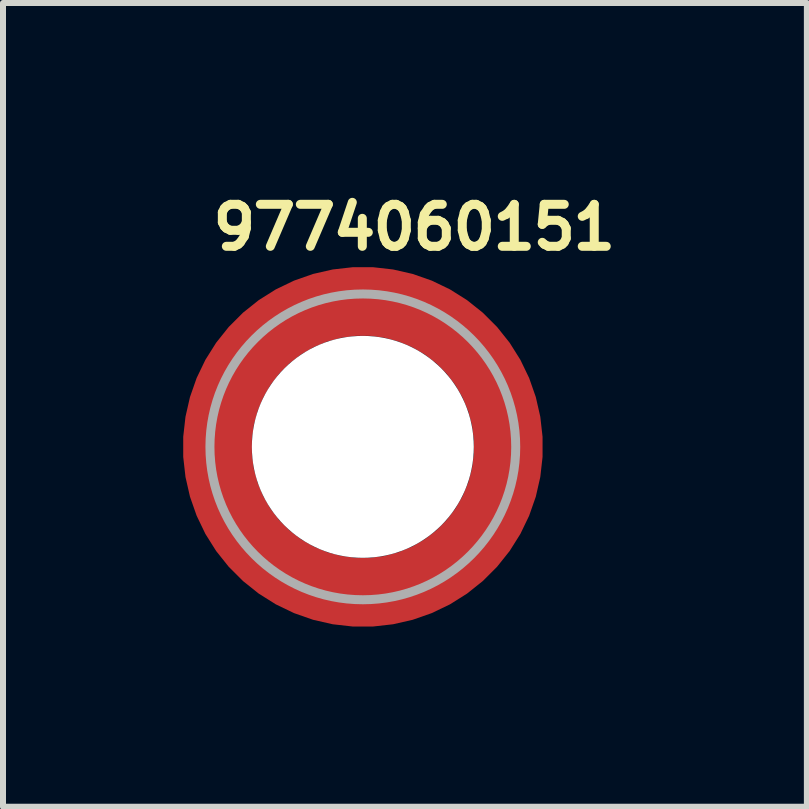
<source format=kicad_pcb>
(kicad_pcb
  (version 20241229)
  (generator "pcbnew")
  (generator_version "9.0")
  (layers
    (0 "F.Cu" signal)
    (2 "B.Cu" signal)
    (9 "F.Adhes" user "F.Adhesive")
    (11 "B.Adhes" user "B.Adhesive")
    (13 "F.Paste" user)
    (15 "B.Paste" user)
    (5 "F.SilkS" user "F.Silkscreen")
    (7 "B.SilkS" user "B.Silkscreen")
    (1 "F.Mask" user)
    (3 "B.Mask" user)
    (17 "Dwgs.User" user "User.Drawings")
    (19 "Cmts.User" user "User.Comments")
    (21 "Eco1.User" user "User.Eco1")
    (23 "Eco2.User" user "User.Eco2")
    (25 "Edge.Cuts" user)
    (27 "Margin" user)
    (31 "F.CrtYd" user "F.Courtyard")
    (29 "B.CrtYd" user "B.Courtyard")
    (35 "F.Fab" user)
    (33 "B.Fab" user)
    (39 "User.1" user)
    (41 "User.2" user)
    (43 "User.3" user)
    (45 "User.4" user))
  (footprint "9774060151"
    (layer "F.Cu")
    (at 3 4.4)
    (property "Reference" "9774060151" (at -2.575 -3.25 0) (layer "F.SilkS") (effects (font (size 0.7 0.7) (thickness 0.15)) (justify left bottom)))
    (attr smd)
    (fp_circle (center -0.001 0) (end 2.548 0) (stroke (width 0.15) (type solid)) (fill no) (layer "F.Fab"))
    (fp_line (start -2.551 0) (end -2.551 0) (stroke (width 0.02) (type solid)) (layer "User.9"))
    (fp_line (start -2.551 0) (end -2.548 0.131) (stroke (width 0.02) (type solid)) (layer "User.9"))
    (fp_line (start -2.548 -0.133) (end -2.551 0) (stroke (width 0.02) (type solid)) (layer "User.9"))
    (fp_line (start -2.548 0.131) (end -2.537 0.26) (stroke (width 0.02) (type solid)) (layer "User.9"))
    (fp_line (start -2.537 -0.262) (end -2.548 -0.133) (stroke (width 0.02) (type solid)) (layer "User.9"))
    (fp_line (start -2.537 0.26) (end -2.521 0.388) (stroke (width 0.02) (type solid)) (layer "User.9"))
    (fp_line (start -2.521 -0.39) (end -2.537 -0.262) (stroke (width 0.02) (type solid)) (layer "User.9"))
    (fp_line (start -2.521 0.388) (end -2.5 0.513) (stroke (width 0.02) (type solid)) (layer "User.9"))
    (fp_line (start -2.5 -0.515) (end -2.521 -0.39) (stroke (width 0.02) (type solid)) (layer "User.9"))
    (fp_line (start -2.5 0.513) (end -2.471 0.636) (stroke (width 0.02) (type solid)) (layer "User.9"))
    (fp_line (start -2.471 -0.638) (end -2.5 -0.515) (stroke (width 0.02) (type solid)) (layer "User.9"))
    (fp_line (start -2.471 0.636) (end -2.436 0.757) (stroke (width 0.02) (type solid)) (layer "User.9"))
    (fp_line (start -2.436 -0.759) (end -2.471 -0.638) (stroke (width 0.02) (type solid)) (layer "User.9"))
    (fp_line (start -2.436 0.757) (end -2.396 0.875) (stroke (width 0.02) (type solid)) (layer "User.9"))
    (fp_line (start -2.396 -0.877) (end -2.436 -0.759) (stroke (width 0.02) (type solid)) (layer "User.9"))
    (fp_line (start -2.396 0.875) (end -2.351 0.991) (stroke (width 0.02) (type solid)) (layer "User.9"))
    (fp_line (start -2.351 -0.993) (end -2.396 -0.877) (stroke (width 0.02) (type solid)) (layer "User.9"))
    (fp_line (start -2.351 0.991) (end -2.3 1.104) (stroke (width 0.02) (type solid)) (layer "User.9"))
    (fp_line (start -2.3 -1.107) (end -2.351 -0.993) (stroke (width 0.02) (type solid)) (layer "User.9"))
    (fp_line (start -2.3 1.104) (end -2.244 1.215) (stroke (width 0.02) (type solid)) (layer "User.9"))
    (fp_line (start -2.244 -1.216) (end -2.3 -1.107) (stroke (width 0.02) (type solid)) (layer "User.9"))
    (fp_line (start -2.244 1.215) (end -2.181 1.322) (stroke (width 0.02) (type solid)) (layer "User.9"))
    (fp_line (start -2.181 -1.323) (end -2.244 -1.216) (stroke (width 0.02) (type solid)) (layer "User.9"))
    (fp_line (start -2.181 1.322) (end -2.115 1.425) (stroke (width 0.02) (type solid)) (layer "User.9"))
    (fp_line (start -2.115 -1.426) (end -2.181 -1.323) (stroke (width 0.02) (type solid)) (layer "User.9"))
    (fp_line (start -2.115 1.425) (end -2.045 1.525) (stroke (width 0.02) (type solid)) (layer "User.9"))
    (fp_line (start -2.045 -1.526) (end -2.115 -1.426) (stroke (width 0.02) (type solid)) (layer "User.9"))
    (fp_line (start -2.045 1.525) (end -1.968 1.622) (stroke (width 0.02) (type solid)) (layer "User.9"))
    (fp_line (start -1.968 -1.623) (end -2.045 -1.526) (stroke (width 0.02) (type solid)) (layer "User.9"))
    (fp_line (start -1.968 1.622) (end -1.888 1.713) (stroke (width 0.02) (type solid)) (layer "User.9"))
    (fp_line (start -1.888 -1.716) (end -1.968 -1.623) (stroke (width 0.02) (type solid)) (layer "User.9"))
    (fp_line (start -1.888 1.713) (end -1.805 1.802) (stroke (width 0.02) (type solid)) (layer "User.9"))
    (fp_line (start -1.805 -1.805) (end -1.888 -1.716) (stroke (width 0.02) (type solid)) (layer "User.9"))
    (fp_line (start -1.805 1.802) (end -1.715 1.886) (stroke (width 0.02) (type solid)) (layer "User.9"))
    (fp_line (start -1.715 -1.889) (end -1.805 -1.805) (stroke (width 0.02) (type solid)) (layer "User.9"))
    (fp_line (start -1.715 1.886) (end -1.623 1.967) (stroke (width 0.02) (type solid)) (layer "User.9"))
    (fp_line (start -1.623 -1.968) (end -1.715 -1.889) (stroke (width 0.02) (type solid)) (layer "User.9"))
    (fp_line (start -1.623 1.967) (end -1.526 2.043) (stroke (width 0.02) (type solid)) (layer "User.9"))
    (fp_line (start -1.526 -2.044) (end -1.623 -1.968) (stroke (width 0.02) (type solid)) (layer "User.9"))
    (fp_line (start -1.526 2.043) (end -1.426 2.113) (stroke (width 0.02) (type solid)) (layer "User.9"))
    (fp_line (start -1.426 -2.116) (end -1.526 -2.044) (stroke (width 0.02) (type solid)) (layer "User.9"))
    (fp_line (start -1.426 2.113) (end -1.324 2.18) (stroke (width 0.02) (type solid)) (layer "User.9"))
    (fp_line (start -1.324 -2.182) (end -1.426 -2.116) (stroke (width 0.02) (type solid)) (layer "User.9"))
    (fp_line (start -1.324 2.18) (end -1.216 2.241) (stroke (width 0.02) (type solid)) (layer "User.9"))
    (fp_line (start -1.216 -2.243) (end -1.324 -2.182) (stroke (width 0.02) (type solid)) (layer "User.9"))
    (fp_line (start -1.216 2.241) (end -1.107 2.297) (stroke (width 0.02) (type solid)) (layer "User.9"))
    (fp_line (start -1.107 -2.299) (end -1.216 -2.243) (stroke (width 0.02) (type solid)) (layer "User.9"))
    (fp_line (start -1.107 2.297) (end -0.994 2.349) (stroke (width 0.02) (type solid)) (layer "User.9"))
    (fp_line (start -1.007 0) (end -1.007 0) (stroke (width 0.02) (type solid)) (layer "User.9"))
    (fp_line (start -1.007 0) (end -1.006 0.051) (stroke (width 0.02) (type solid)) (layer "User.9"))
    (fp_line (start -1.006 -0.053) (end -1.007 0) (stroke (width 0.02) (type solid)) (layer "User.9"))
    (fp_line (start -1.006 0.051) (end -1.002 0.102) (stroke (width 0.02) (type solid)) (layer "User.9"))
    (fp_line (start -1.002 -0.104) (end -1.006 -0.053) (stroke (width 0.02) (type solid)) (layer "User.9"))
    (fp_line (start -1.002 0.102) (end -0.995 0.152) (stroke (width 0.02) (type solid)) (layer "User.9"))
    (fp_line (start -0.995 -0.154) (end -1.002 -0.104) (stroke (width 0.02) (type solid)) (layer "User.9"))
    (fp_line (start -0.995 0.152) (end -0.987 0.202) (stroke (width 0.02) (type solid)) (layer "User.9"))
    (fp_line (start -0.994 -2.351) (end -1.107 -2.299) (stroke (width 0.02) (type solid)) (layer "User.9"))
    (fp_line (start -0.994 2.349) (end -0.877 2.394) (stroke (width 0.02) (type solid)) (layer "User.9"))
    (fp_line (start -0.987 -0.204) (end -0.995 -0.154) (stroke (width 0.02) (type solid)) (layer "User.9"))
    (fp_line (start -0.987 0.202) (end -0.975 0.25) (stroke (width 0.02) (type solid)) (layer "User.9"))
    (fp_line (start -0.975 -0.252) (end -0.987 -0.204) (stroke (width 0.02) (type solid)) (layer "User.9"))
    (fp_line (start -0.975 0.25) (end -0.962 0.298) (stroke (width 0.02) (type solid)) (layer "User.9"))
    (fp_line (start -0.962 -0.3) (end -0.975 -0.252) (stroke (width 0.02) (type solid)) (layer "User.9"))
    (fp_line (start -0.962 0.298) (end -0.946 0.346) (stroke (width 0.02) (type solid)) (layer "User.9"))
    (fp_line (start -0.946 -0.348) (end -0.962 -0.3) (stroke (width 0.02) (type solid)) (layer "User.9"))
    (fp_line (start -0.946 0.346) (end -0.929 0.391) (stroke (width 0.02) (type solid)) (layer "User.9"))
    (fp_line (start -0.929 -0.393) (end -0.946 -0.348) (stroke (width 0.02) (type solid)) (layer "User.9"))
    (fp_line (start -0.929 0.391) (end -0.909 0.435) (stroke (width 0.02) (type solid)) (layer "User.9"))
    (fp_line (start -0.909 -0.437) (end -0.929 -0.393) (stroke (width 0.02) (type solid)) (layer "User.9"))
    (fp_line (start -0.909 0.435) (end -0.886 0.479) (stroke (width 0.02) (type solid)) (layer "User.9"))
    (fp_line (start -0.886 -0.48) (end -0.909 -0.437) (stroke (width 0.02) (type solid)) (layer "User.9"))
    (fp_line (start -0.886 0.479) (end -0.861 0.521) (stroke (width 0.02) (type solid)) (layer "User.9"))
    (fp_line (start -0.877 -2.396) (end -0.994 -2.351) (stroke (width 0.02) (type solid)) (layer "User.9"))
    (fp_line (start -0.877 2.394) (end -0.76 2.435) (stroke (width 0.02) (type solid)) (layer "User.9"))
    (fp_line (start -0.861 -0.523) (end -0.886 -0.48) (stroke (width 0.02) (type solid)) (layer "User.9"))
    (fp_line (start -0.861 0.521) (end -0.836 0.562) (stroke (width 0.02) (type solid)) (layer "User.9"))
    (fp_line (start -0.836 -0.564) (end -0.861 -0.523) (stroke (width 0.02) (type solid)) (layer "User.9"))
    (fp_line (start -0.836 0.562) (end -0.808 0.601) (stroke (width 0.02) (type solid)) (layer "User.9"))
    (fp_line (start -0.808 -0.603) (end -0.836 -0.564) (stroke (width 0.02) (type solid)) (layer "User.9"))
    (fp_line (start -0.808 0.601) (end -0.777 0.64) (stroke (width 0.02) (type solid)) (layer "User.9"))
    (fp_line (start -0.777 -0.642) (end -0.808 -0.603) (stroke (width 0.02) (type solid)) (layer "User.9"))
    (fp_line (start -0.777 0.64) (end -0.747 0.676) (stroke (width 0.02) (type solid)) (layer "User.9"))
    (fp_line (start -0.76 -2.436) (end -0.877 -2.396) (stroke (width 0.02) (type solid)) (layer "User.9"))
    (fp_line (start -0.76 2.435) (end -0.639 2.468) (stroke (width 0.02) (type solid)) (layer "User.9"))
    (fp_line (start -0.747 -0.678) (end -0.777 -0.642) (stroke (width 0.02) (type solid)) (layer "User.9"))
    (fp_line (start -0.747 0.676) (end -0.712 0.71) (stroke (width 0.02) (type solid)) (layer "User.9"))
    (fp_line (start -0.712 -0.712) (end -0.747 -0.678) (stroke (width 0.02) (type solid)) (layer "User.9"))
    (fp_line (start -0.712 0.71) (end -0.677 0.744) (stroke (width 0.02) (type solid)) (layer "User.9"))
    (fp_line (start -0.677 -0.746) (end -0.712 -0.712) (stroke (width 0.02) (type solid)) (layer "User.9"))
    (fp_line (start -0.677 0.744) (end -0.642 0.776) (stroke (width 0.02) (type solid)) (layer "User.9"))
    (fp_line (start -0.642 -0.778) (end -0.677 -0.746) (stroke (width 0.02) (type solid)) (layer "User.9"))
    (fp_line (start -0.642 0.776) (end -0.603 0.806) (stroke (width 0.02) (type solid)) (layer "User.9"))
    (fp_line (start -0.639 -2.471) (end -0.76 -2.436) (stroke (width 0.02) (type solid)) (layer "User.9"))
    (fp_line (start -0.639 2.468) (end -0.514 2.498) (stroke (width 0.02) (type solid)) (layer "User.9"))
    (fp_line (start -0.603 -0.808) (end -0.642 -0.778) (stroke (width 0.02) (type solid)) (layer "User.9"))
    (fp_line (start -0.603 0.806) (end -0.563 0.833) (stroke (width 0.02) (type solid)) (layer "User.9"))
    (fp_line (start -0.563 -0.835) (end -0.603 -0.808) (stroke (width 0.02) (type solid)) (layer "User.9"))
    (fp_line (start -0.563 0.833) (end -0.523 0.859) (stroke (width 0.02) (type solid)) (layer "User.9"))
    (fp_line (start -0.523 -0.861) (end -0.563 -0.835) (stroke (width 0.02) (type solid)) (layer "User.9"))
    (fp_line (start -0.523 0.859) (end -0.481 0.884) (stroke (width 0.02) (type solid)) (layer "User.9"))
    (fp_line (start -0.514 -2.5) (end -0.639 -2.471) (stroke (width 0.02) (type solid)) (layer "User.9"))
    (fp_line (start -0.514 2.498) (end -0.389 2.519) (stroke (width 0.02) (type solid)) (layer "User.9"))
    (fp_line (start -0.481 -0.886) (end -0.523 -0.861) (stroke (width 0.02) (type solid)) (layer "User.9"))
    (fp_line (start -0.481 0.884) (end -0.438 0.907) (stroke (width 0.02) (type solid)) (layer "User.9"))
    (fp_line (start -0.438 -0.909) (end -0.481 -0.886) (stroke (width 0.02) (type solid)) (layer "User.9"))
    (fp_line (start -0.438 0.907) (end -0.393 0.927) (stroke (width 0.02) (type solid)) (layer "User.9"))
    (fp_line (start -0.393 -0.929) (end -0.438 -0.909) (stroke (width 0.02) (type solid)) (layer "User.9"))
    (fp_line (start -0.393 0.927) (end -0.348 0.945) (stroke (width 0.02) (type solid)) (layer "User.9"))
    (fp_line (start -0.389 -2.521) (end -0.514 -2.5) (stroke (width 0.02) (type solid)) (layer "User.9"))
    (fp_line (start -0.389 2.519) (end -0.261 2.535) (stroke (width 0.02) (type solid)) (layer "User.9"))
    (fp_line (start -0.348 -0.947) (end -0.393 -0.929) (stroke (width 0.02) (type solid)) (layer "User.9"))
    (fp_line (start -0.348 0.945) (end -0.301 0.96) (stroke (width 0.02) (type solid)) (layer "User.9"))
    (fp_line (start -0.301 -0.962) (end -0.348 -0.947) (stroke (width 0.02) (type solid)) (layer "User.9"))
    (fp_line (start -0.301 0.96) (end -0.252 0.973) (stroke (width 0.02) (type solid)) (layer "User.9"))
    (fp_line (start -0.261 -2.537) (end -0.389 -2.521) (stroke (width 0.02) (type solid)) (layer "User.9"))
    (fp_line (start -0.261 2.535) (end -0.132 2.546) (stroke (width 0.02) (type solid)) (layer "User.9"))
    (fp_line (start -0.252 -0.975) (end -0.301 -0.962) (stroke (width 0.02) (type solid)) (layer "User.9"))
    (fp_line (start -0.252 0.973) (end -0.204 0.985) (stroke (width 0.02) (type solid)) (layer "User.9"))
    (fp_line (start -0.204 -0.987) (end -0.252 -0.975) (stroke (width 0.02) (type solid)) (layer "User.9"))
    (fp_line (start -0.204 0.985) (end -0.155 0.993) (stroke (width 0.02) (type solid)) (layer "User.9"))
    (fp_line (start -0.155 -0.995) (end -0.204 -0.987) (stroke (width 0.02) (type solid)) (layer "User.9"))
    (fp_line (start -0.155 0.993) (end -0.103 1.001) (stroke (width 0.02) (type solid)) (layer "User.9"))
    (fp_line (start -0.132 -2.548) (end -0.261 -2.537) (stroke (width 0.02) (type solid)) (layer "User.9"))
    (fp_line (start -0.132 2.546) (end -0.001 2.548) (stroke (width 0.02) (type solid)) (layer "User.9"))
    (fp_line (start -0.103 -1.002) (end -0.155 -0.995) (stroke (width 0.02) (type solid)) (layer "User.9"))
    (fp_line (start -0.103 1.001) (end -0.052 1.005) (stroke (width 0.02) (type solid)) (layer "User.9"))
    (fp_line (start -0.052 -1.006) (end -0.103 -1.002) (stroke (width 0.02) (type solid)) (layer "User.9"))
    (fp_line (start -0.052 1.005) (end -0.001 1.005) (stroke (width 0.02) (type solid)) (layer "User.9"))
    (fp_line (start -0.001 -2.551) (end -0.132 -2.548) (stroke (width 0.02) (type solid)) (layer "User.9"))
    (fp_line (start -0.001 -2.551) (end -0.001 -2.551) (stroke (width 0.02) (type solid)) (layer "User.9"))
    (fp_line (start -0.001 -1.008) (end -0.052 -1.006) (stroke (width 0.02) (type solid)) (layer "User.9"))
    (fp_line (start -0.001 -1.008) (end -0.001 -1.008) (stroke (width 0.02) (type solid)) (layer "User.9"))
    (fp_line (start -0.001 1.005) (end -0.001 1.005) (stroke (width 0.02) (type solid)) (layer "User.9"))
    (fp_line (start -0.001 1.005) (end 0.05 1.005) (stroke (width 0.02) (type solid)) (layer "User.9"))
    (fp_line (start -0.001 2.548) (end -0.001 2.548) (stroke (width 0.02) (type solid)) (layer "User.9"))
    (fp_line (start -0.001 2.548) (end 0.131 2.546) (stroke (width 0.02) (type solid)) (layer "User.9"))
    (fp_line (start 0.05 -1.006) (end -0.001 -1.008) (stroke (width 0.02) (type solid)) (layer "User.9"))
    (fp_line (start 0.05 1.005) (end 0.102 1.001) (stroke (width 0.02) (type solid)) (layer "User.9"))
    (fp_line (start 0.102 -1.002) (end 0.05 -1.006) (stroke (width 0.02) (type solid)) (layer "User.9"))
    (fp_line (start 0.102 1.001) (end 0.152 0.993) (stroke (width 0.02) (type solid)) (layer "User.9"))
    (fp_line (start 0.131 -2.548) (end -0.001 -2.551) (stroke (width 0.02) (type solid)) (layer "User.9"))
    (fp_line (start 0.131 2.546) (end 0.26 2.535) (stroke (width 0.02) (type solid)) (layer "User.9"))
    (fp_line (start 0.152 -0.995) (end 0.102 -1.002) (stroke (width 0.02) (type solid)) (layer "User.9"))
    (fp_line (start 0.152 0.993) (end 0.202 0.985) (stroke (width 0.02) (type solid)) (layer "User.9"))
    (fp_line (start 0.202 -0.987) (end 0.152 -0.995) (stroke (width 0.02) (type solid)) (layer "User.9"))
    (fp_line (start 0.202 0.985) (end 0.251 0.973) (stroke (width 0.02) (type solid)) (layer "User.9"))
    (fp_line (start 0.251 -0.975) (end 0.202 -0.987) (stroke (width 0.02) (type solid)) (layer "User.9"))
    (fp_line (start 0.251 0.973) (end 0.299 0.96) (stroke (width 0.02) (type solid)) (layer "User.9"))
    (fp_line (start 0.26 -2.537) (end 0.131 -2.548) (stroke (width 0.02) (type solid)) (layer "User.9"))
    (fp_line (start 0.26 2.535) (end 0.388 2.519) (stroke (width 0.02) (type solid)) (layer "User.9"))
    (fp_line (start 0.299 -0.962) (end 0.251 -0.975) (stroke (width 0.02) (type solid)) (layer "User.9"))
    (fp_line (start 0.299 0.96) (end 0.345 0.945) (stroke (width 0.02) (type solid)) (layer "User.9"))
    (fp_line (start 0.345 -0.947) (end 0.299 -0.962) (stroke (width 0.02) (type solid)) (layer "User.9"))
    (fp_line (start 0.345 0.945) (end 0.39 0.927) (stroke (width 0.02) (type solid)) (layer "User.9"))
    (fp_line (start 0.388 -2.521) (end 0.26 -2.537) (stroke (width 0.02) (type solid)) (layer "User.9"))
    (fp_line (start 0.388 2.519) (end 0.512 2.498) (stroke (width 0.02) (type solid)) (layer "User.9"))
    (fp_line (start 0.39 -0.929) (end 0.345 -0.947) (stroke (width 0.02) (type solid)) (layer "User.9"))
    (fp_line (start 0.39 0.927) (end 0.435 0.907) (stroke (width 0.02) (type solid)) (layer "User.9"))
    (fp_line (start 0.435 -0.909) (end 0.39 -0.929) (stroke (width 0.02) (type solid)) (layer "User.9"))
    (fp_line (start 0.435 0.907) (end 0.479 0.884) (stroke (width 0.02) (type solid)) (layer "User.9"))
    (fp_line (start 0.479 -0.886) (end 0.435 -0.909) (stroke (width 0.02) (type solid)) (layer "User.9"))
    (fp_line (start 0.479 0.884) (end 0.52 0.859) (stroke (width 0.02) (type solid)) (layer "User.9"))
    (fp_line (start 0.512 -2.5) (end 0.388 -2.521) (stroke (width 0.02) (type solid)) (layer "User.9"))
    (fp_line (start 0.512 2.498) (end 0.637 2.468) (stroke (width 0.02) (type solid)) (layer "User.9"))
    (fp_line (start 0.52 -0.861) (end 0.479 -0.886) (stroke (width 0.02) (type solid)) (layer "User.9"))
    (fp_line (start 0.52 0.859) (end 0.562 0.833) (stroke (width 0.02) (type solid)) (layer "User.9"))
    (fp_line (start 0.562 -0.835) (end 0.52 -0.861) (stroke (width 0.02) (type solid)) (layer "User.9"))
    (fp_line (start 0.562 0.833) (end 0.602 0.806) (stroke (width 0.02) (type solid)) (layer "User.9"))
    (fp_line (start 0.602 -0.808) (end 0.562 -0.835) (stroke (width 0.02) (type solid)) (layer "User.9"))
    (fp_line (start 0.602 0.806) (end 0.639 0.776) (stroke (width 0.02) (type solid)) (layer "User.9"))
    (fp_line (start 0.637 -2.471) (end 0.512 -2.5) (stroke (width 0.02) (type solid)) (layer "User.9"))
    (fp_line (start 0.637 2.468) (end 0.757 2.435) (stroke (width 0.02) (type solid)) (layer "User.9"))
    (fp_line (start 0.639 -0.778) (end 0.602 -0.808) (stroke (width 0.02) (type solid)) (layer "User.9"))
    (fp_line (start 0.639 0.776) (end 0.675 0.744) (stroke (width 0.02) (type solid)) (layer "User.9"))
    (fp_line (start 0.675 -0.746) (end 0.639 -0.778) (stroke (width 0.02) (type solid)) (layer "User.9"))
    (fp_line (start 0.675 0.744) (end 0.711 0.71) (stroke (width 0.02) (type solid)) (layer "User.9"))
    (fp_line (start 0.711 -0.712) (end 0.675 -0.746) (stroke (width 0.02) (type solid)) (layer "User.9"))
    (fp_line (start 0.711 0.71) (end 0.745 0.676) (stroke (width 0.02) (type solid)) (layer "User.9"))
    (fp_line (start 0.745 -0.678) (end 0.711 -0.712) (stroke (width 0.02) (type solid)) (layer "User.9"))
    (fp_line (start 0.745 0.676) (end 0.776 0.64) (stroke (width 0.02) (type solid)) (layer "User.9"))
    (fp_line (start 0.757 -2.436) (end 0.637 -2.471) (stroke (width 0.02) (type solid)) (layer "User.9"))
    (fp_line (start 0.757 2.435) (end 0.876 2.394) (stroke (width 0.02) (type solid)) (layer "User.9"))
    (fp_line (start 0.776 -0.642) (end 0.745 -0.678) (stroke (width 0.02) (type solid)) (layer "User.9"))
    (fp_line (start 0.776 0.64) (end 0.806 0.601) (stroke (width 0.02) (type solid)) (layer "User.9"))
    (fp_line (start 0.806 -0.603) (end 0.776 -0.642) (stroke (width 0.02) (type solid)) (layer "User.9"))
    (fp_line (start 0.806 0.601) (end 0.834 0.562) (stroke (width 0.02) (type solid)) (layer "User.9"))
    (fp_line (start 0.834 -0.564) (end 0.806 -0.603) (stroke (width 0.02) (type solid)) (layer "User.9"))
    (fp_line (start 0.834 0.562) (end 0.86 0.521) (stroke (width 0.02) (type solid)) (layer "User.9"))
    (fp_line (start 0.86 -0.523) (end 0.834 -0.564) (stroke (width 0.02) (type solid)) (layer "User.9"))
    (fp_line (start 0.86 0.521) (end 0.884 0.479) (stroke (width 0.02) (type solid)) (layer "User.9"))
    (fp_line (start 0.876 -2.396) (end 0.757 -2.436) (stroke (width 0.02) (type solid)) (layer "User.9"))
    (fp_line (start 0.876 2.394) (end 0.991 2.349) (stroke (width 0.02) (type solid)) (layer "User.9"))
    (fp_line (start 0.884 -0.48) (end 0.86 -0.523) (stroke (width 0.02) (type solid)) (layer "User.9"))
    (fp_line (start 0.884 0.479) (end 0.907 0.435) (stroke (width 0.02) (type solid)) (layer "User.9"))
    (fp_line (start 0.907 -0.437) (end 0.884 -0.48) (stroke (width 0.02) (type solid)) (layer "User.9"))
    (fp_line (start 0.907 0.435) (end 0.927 0.391) (stroke (width 0.02) (type solid)) (layer "User.9"))
    (fp_line (start 0.927 -0.393) (end 0.907 -0.437) (stroke (width 0.02) (type solid)) (layer "User.9"))
    (fp_line (start 0.927 0.391) (end 0.945 0.346) (stroke (width 0.02) (type solid)) (layer "User.9"))
    (fp_line (start 0.945 -0.348) (end 0.927 -0.393) (stroke (width 0.02) (type solid)) (layer "User.9"))
    (fp_line (start 0.945 0.346) (end 0.961 0.298) (stroke (width 0.02) (type solid)) (layer "User.9"))
    (fp_line (start 0.961 -0.3) (end 0.945 -0.348) (stroke (width 0.02) (type solid)) (layer "User.9"))
    (fp_line (start 0.961 0.298) (end 0.973 0.25) (stroke (width 0.02) (type solid)) (layer "User.9"))
    (fp_line (start 0.973 -0.252) (end 0.961 -0.3) (stroke (width 0.02) (type solid)) (layer "User.9"))
    (fp_line (start 0.973 0.25) (end 0.985 0.202) (stroke (width 0.02) (type solid)) (layer "User.9"))
    (fp_line (start 0.985 -0.204) (end 0.973 -0.252) (stroke (width 0.02) (type solid)) (layer "User.9"))
    (fp_line (start 0.985 0.202) (end 0.993 0.152) (stroke (width 0.02) (type solid)) (layer "User.9"))
    (fp_line (start 0.991 -2.351) (end 0.876 -2.396) (stroke (width 0.02) (type solid)) (layer "User.9"))
    (fp_line (start 0.991 2.349) (end 1.104 2.297) (stroke (width 0.02) (type solid)) (layer "User.9"))
    (fp_line (start 0.993 -0.154) (end 0.985 -0.204) (stroke (width 0.02) (type solid)) (layer "User.9"))
    (fp_line (start 0.993 0.152) (end 1.001 0.102) (stroke (width 0.02) (type solid)) (layer "User.9"))
    (fp_line (start 1.001 -0.104) (end 0.993 -0.154) (stroke (width 0.02) (type solid)) (layer "User.9"))
    (fp_line (start 1.001 0.102) (end 1.005 0.051) (stroke (width 0.02) (type solid)) (layer "User.9"))
    (fp_line (start 1.005 -0.053) (end 1.001 -0.104) (stroke (width 0.02) (type solid)) (layer "User.9"))
    (fp_line (start 1.005 0) (end 1.005 -0.053) (stroke (width 0.02) (type solid)) (layer "User.9"))
    (fp_line (start 1.005 0) (end 1.005 0) (stroke (width 0.02) (type solid)) (layer "User.9"))
    (fp_line (start 1.005 0) (end 1.005 0) (stroke (width 0.02) (type solid)) (layer "User.9"))
    (fp_line (start 1.005 0.051) (end 1.005 0) (stroke (width 0.02) (type solid)) (layer "User.9"))
    (fp_line (start 1.104 -2.299) (end 0.991 -2.351) (stroke (width 0.02) (type solid)) (layer "User.9"))
    (fp_line (start 1.104 2.297) (end 1.215 2.241) (stroke (width 0.02) (type solid)) (layer "User.9"))
    (fp_line (start 1.215 -2.243) (end 1.104 -2.299) (stroke (width 0.02) (type solid)) (layer "User.9"))
    (fp_line (start 1.215 2.241) (end 1.322 2.18) (stroke (width 0.02) (type solid)) (layer "User.9"))
    (fp_line (start 1.322 -2.182) (end 1.215 -2.243) (stroke (width 0.02) (type solid)) (layer "User.9"))
    (fp_line (start 1.322 2.18) (end 1.425 2.113) (stroke (width 0.02) (type solid)) (layer "User.9"))
    (fp_line (start 1.425 -2.116) (end 1.322 -2.182) (stroke (width 0.02) (type solid)) (layer "User.9"))
    (fp_line (start 1.425 2.113) (end 1.524 2.043) (stroke (width 0.02) (type solid)) (layer "User.9"))
    (fp_line (start 1.524 -2.044) (end 1.425 -2.116) (stroke (width 0.02) (type solid)) (layer "User.9"))
    (fp_line (start 1.524 2.043) (end 1.621 1.967) (stroke (width 0.02) (type solid)) (layer "User.9"))
    (fp_line (start 1.621 -1.968) (end 1.524 -2.044) (stroke (width 0.02) (type solid)) (layer "User.9"))
    (fp_line (start 1.621 1.967) (end 1.714 1.886) (stroke (width 0.02) (type solid)) (layer "User.9"))
    (fp_line (start 1.714 -1.889) (end 1.621 -1.968) (stroke (width 0.02) (type solid)) (layer "User.9"))
    (fp_line (start 1.714 1.886) (end 1.803 1.802) (stroke (width 0.02) (type solid)) (layer "User.9"))
    (fp_line (start 1.803 -1.805) (end 1.714 -1.889) (stroke (width 0.02) (type solid)) (layer "User.9"))
    (fp_line (start 1.803 1.802) (end 1.886 1.713) (stroke (width 0.02) (type solid)) (layer "User.9"))
    (fp_line (start 1.886 -1.716) (end 1.803 -1.805) (stroke (width 0.02) (type solid)) (layer "User.9"))
    (fp_line (start 1.886 1.713) (end 1.966 1.622) (stroke (width 0.02) (type solid)) (layer "User.9"))
    (fp_line (start 1.966 -1.623) (end 1.886 -1.716) (stroke (width 0.02) (type solid)) (layer "User.9"))
    (fp_line (start 1.966 1.622) (end 2.043 1.525) (stroke (width 0.02) (type solid)) (layer "User.9"))
    (fp_line (start 2.043 -1.526) (end 1.966 -1.623) (stroke (width 0.02) (type solid)) (layer "User.9"))
    (fp_line (start 2.043 1.525) (end 2.114 1.425) (stroke (width 0.02) (type solid)) (layer "User.9"))
    (fp_line (start 2.114 -1.426) (end 2.043 -1.526) (stroke (width 0.02) (type solid)) (layer "User.9"))
    (fp_line (start 2.114 1.425) (end 2.18 1.322) (stroke (width 0.02) (type solid)) (layer "User.9"))
    (fp_line (start 2.18 -1.323) (end 2.114 -1.426) (stroke (width 0.02) (type solid)) (layer "User.9"))
    (fp_line (start 2.18 1.322) (end 2.242 1.215) (stroke (width 0.02) (type solid)) (layer "User.9"))
    (fp_line (start 2.242 -1.216) (end 2.18 -1.323) (stroke (width 0.02) (type solid)) (layer "User.9"))
    (fp_line (start 2.242 1.215) (end 2.298 1.104) (stroke (width 0.02) (type solid)) (layer "User.9"))
    (fp_line (start 2.298 -1.107) (end 2.242 -1.216) (stroke (width 0.02) (type solid)) (layer "User.9"))
    (fp_line (start 2.298 1.104) (end 2.349 0.991) (stroke (width 0.02) (type solid)) (layer "User.9"))
    (fp_line (start 2.349 -0.993) (end 2.298 -1.107) (stroke (width 0.02) (type solid)) (layer "User.9"))
    (fp_line (start 2.349 0.991) (end 2.395 0.875) (stroke (width 0.02) (type solid)) (layer "User.9"))
    (fp_line (start 2.395 -0.877) (end 2.349 -0.993) (stroke (width 0.02) (type solid)) (layer "User.9"))
    (fp_line (start 2.395 0.875) (end 2.435 0.757) (stroke (width 0.02) (type solid)) (layer "User.9"))
    (fp_line (start 2.435 -0.759) (end 2.395 -0.877) (stroke (width 0.02) (type solid)) (layer "User.9"))
    (fp_line (start 2.435 0.757) (end 2.468 0.636) (stroke (width 0.02) (type solid)) (layer "User.9"))
    (fp_line (start 2.468 -0.638) (end 2.435 -0.759) (stroke (width 0.02) (type solid)) (layer "User.9"))
    (fp_line (start 2.468 0.636) (end 2.497 0.513) (stroke (width 0.02) (type solid)) (layer "User.9"))
    (fp_line (start 2.497 -0.515) (end 2.468 -0.638) (stroke (width 0.02) (type solid)) (layer "User.9"))
    (fp_line (start 2.497 0.513) (end 2.519 0.388) (stroke (width 0.02) (type solid)) (layer "User.9"))
    (fp_line (start 2.519 -0.39) (end 2.497 -0.515) (stroke (width 0.02) (type solid)) (layer "User.9"))
    (fp_line (start 2.519 0.388) (end 2.535 0.26) (stroke (width 0.02) (type solid)) (layer "User.9"))
    (fp_line (start 2.535 -0.262) (end 2.519 -0.39) (stroke (width 0.02) (type solid)) (layer "User.9"))
    (fp_line (start 2.535 0.26) (end 2.545 0.131) (stroke (width 0.02) (type solid)) (layer "User.9"))
    (fp_line (start 2.545 -0.133) (end 2.535 -0.262) (stroke (width 0.02) (type solid)) (layer "User.9"))
    (fp_line (start 2.545 0.131) (end 2.548 0) (stroke (width 0.02) (type solid)) (layer "User.9"))
    (fp_line (start 2.548 0) (end 2.545 -0.133) (stroke (width 0.02) (type solid)) (layer "User.9"))
    (fp_line (start 2.548 0) (end 2.548 0) (stroke (width 0.02) (type solid)) (layer "User.9"))
    (fp_line (start 2.548 0) (end 2.548 0) (stroke (width 0.02) (type solid)) (layer "User.9"))
    (pad "" smd custom (at -1.705 -1.706) (size 0.62 0.62) (layers "F.Paste") (options (anchor circle)) (primitives (gr_arc (start -0.250195 1.279127) (mid 0.285453 0.294389) (end 1.266786 -0.24747) (width 0.2)) (gr_arc (start -0.34334 1.279127) (mid 0.222305 0.228677) (end 1.270308 -0.34149) (width 0.2)) (gr_arc (start -0.436309 1.279127) (mid 0.157845 0.164287) (end 1.270195 -0.434516) (width 0.2)) (gr_arc (start -0.529126 1.279127) (mid 0.094529 0.098748) (end 1.273266 -0.528003) (width 0.2)) (gr_arc (start -0.621807 1.279127) (mid 0.0309 0.033527) (end 1.275473 -0.621136) (width 0.2)) (gr_arc (start -0.71437 1.279127) (mid -0.034736 -0.029687) (end 1.272097 -0.713124) (width 0.2)) (gr_arc (start -0.806826 1.279127) (mid -0.101137 -0.092129) (end 1.266571 -0.804669) (width 0.2)) (gr_arc (start -0.899187 1.279127) (mid -0.161977 -0.160149) (end 1.276576 -0.898769) (width 0.2)) (gr_arc (start -0.991463 1.279127) (mid -0.228522 -0.222449) (end 1.270645 -0.990112) (width 0.2)) (gr_arc (start -1.083663 1.279127) (mid -0.294505 -0.285315) (end 1.266283 -1.081676) (width 0.2)) (gr_line (start 1.279 -0.25) (end 1.279 -1.084) (width 0.2)) (gr_line (start -0.25 1.279) (end -1.084 1.279) (width 0.2))))
    (pad "" smd custom (at -1.705 1.703) (size 0.62 0.62) (layers "F.Paste") (options (anchor circle)) (primitives (gr_arc (start 1.279127 0.250195) (mid 0.291915 -0.287915) (end -0.248985 -1.273601) (width 0.2)) (gr_arc (start 1.279127 0.34334) (mid 0.228677 -0.222305) (end -0.34149 -1.270308) (width 0.2)) (gr_arc (start 1.279127 0.436309) (mid 0.164287 -0.157845) (end -0.434516 -1.270195) (width 0.2)) (gr_arc (start 1.279127 0.529126) (mid 0.098748 -0.094529) (end -0.528003 -1.273266) (width 0.2)) (gr_arc (start 1.279127 0.621807) (mid 0.033527 -0.0309) (end -0.621136 -1.275473) (width 0.2)) (gr_arc (start 1.279127 0.71437) (mid -0.029687 0.034736) (end -0.713124 -1.272097) (width 0.2)) (gr_arc (start 1.279127 0.806826) (mid -0.092129 0.101137) (end -0.804669 -1.266571) (width 0.2)) (gr_arc (start 1.279127 0.899187) (mid -0.160149 0.161977) (end -0.898769 -1.276576) (width 0.2)) (gr_arc (start 1.279127 0.991463) (mid -0.222449 0.228522) (end -0.990112 -1.270645) (width 0.2)) (gr_arc (start 1.279127 1.083663) (mid -0.285315 0.294505) (end -1.081676 -1.266283) (width 0.2)) (gr_line (start -0.25 -1.279) (end -1.084 -1.279) (width 0.2)) (gr_line (start 1.279 0.25) (end 1.279 1.084) (width 0.2))))
    (pad "" np_thru_hole circle (at -0.001 0) (size 3.7 3.7) (drill 3.7) (layers "*.Cu" "*.Mask"))
    (pad "" smd custom (at 1.704 -1.706) (size 0.62 0.62) (layers "F.Paste") (options (anchor circle)) (primitives (gr_arc (start -1.279127 -0.250195) (mid -0.293155 0.28668) (end 0.248227 1.270184) (width 0.2)) (gr_arc (start -1.279127 -0.34334) (mid -0.228677 0.222305) (end 0.34149 1.270308) (width 0.2)) (gr_arc (start -1.279127 -0.436309) (mid -0.164287 0.157845) (end 0.434516 1.270195) (width 0.2)) (gr_arc (start -1.279127 -0.529126) (mid -0.098748 0.094529) (end 0.528003 1.273266) (width 0.2)) (gr_arc (start -1.279127 -0.621807) (mid -0.033527 0.0309) (end 0.621136 1.275473) (width 0.2)) (gr_arc (start -1.279127 -0.71437) (mid 0.029687 -0.034736) (end 0.713124 1.272097) (width 0.2)) (gr_arc (start -1.279127 -0.806826) (mid 0.092129 -0.101137) (end 0.804669 1.266571) (width 0.2)) (gr_arc (start -1.279127 -0.899187) (mid 0.160149 -0.161977) (end 0.898769 1.276576) (width 0.2)) (gr_arc (start -1.279127 -0.991463) (mid 0.222448 -0.228524) (end 0.990112 1.270641) (width 0.2)) (gr_arc (start -1.279127 -1.083663) (mid 0.285315 -0.294505) (end 1.081676 1.266283) (width 0.2)) (gr_line (start 0.25 1.279) (end 1.084 1.279) (width 0.2)) (gr_line (start -1.279 -0.25) (end -1.279 -1.084) (width 0.2))))
    (pad "" smd custom (at 1.704 1.703) (size 0.62 0.62) (layers "F.Paste") (options (anchor circle)) (primitives (gr_arc (start 0.250195 -1.279127) (mid -0.28668 -0.293155) (end -1.270184 0.248227) (width 0.2)) (gr_arc (start 0.34334 -1.279127) (mid -0.222305 -0.228677) (end -1.270308 0.34149) (width 0.2)) (gr_arc (start 0.436309 -1.279127) (mid -0.157845 -0.164287) (end -1.270195 0.434516) (width 0.2)) (gr_arc (start 0.529126 -1.279127) (mid -0.094529 -0.098748) (end -1.273266 0.528003) (width 0.2)) (gr_arc (start 0.621807 -1.279127) (mid -0.0309 -0.033527) (end -1.275473 0.621136) (width 0.2)) (gr_arc (start 0.71437 -1.279127) (mid 0.034736 0.029687) (end -1.272097 0.713124) (width 0.2)) (gr_arc (start 0.806826 -1.279127) (mid 0.101137 0.092129) (end -1.266571 0.804669) (width 0.2)) (gr_arc (start 0.899187 -1.279127) (mid 0.161977 0.160149) (end -1.276576 0.898769) (width 0.2)) (gr_arc (start 0.991463 -1.279127) (mid 0.228524 0.222448) (end -1.270641 0.990112) (width 0.2)) (gr_arc (start 1.083663 -1.279127) (mid 0.294505 0.285315) (end -1.266283 1.081676) (width 0.2)) (gr_line (start -1.279 0.25) (end -1.279 1.084) (width 0.2)) (gr_line (start 0.25 -1.279) (end 1.084 -1.279) (width 0.2))))
    (pad "1" smd custom (at 2.425 0) (size 0.75 0.75) (layers "F.Cu" "F.Mask") (options (anchor circle)) (primitives (gr_circle (center -2.425 0) (end 0 0) (width 1.15) (fill no)))))
  (gr_rect
    (start -3 -3)
    (end 10.402 10.4)
    (stroke (width 0.1) (type default))
    (fill no)
    (layer "Edge.Cuts")))
</source>
